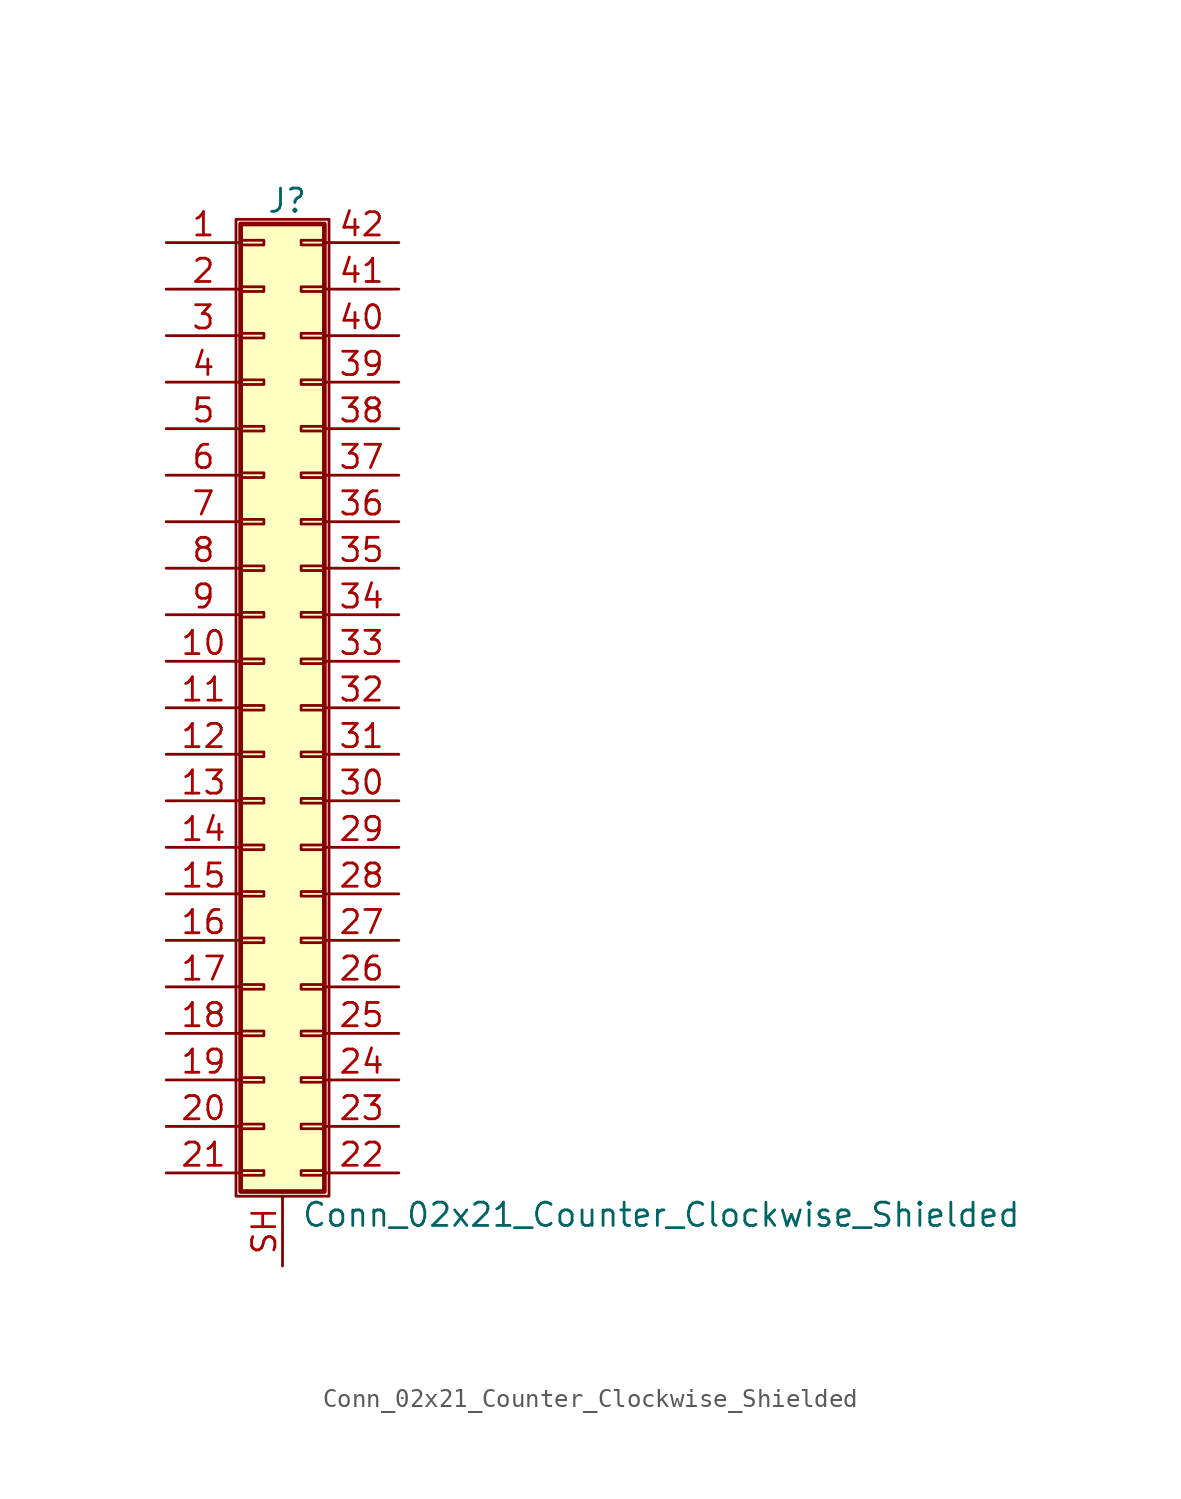
<source format=kicad_sym>
(kicad_symbol_lib
  (version 20211014)
  (generator kicad_symbol_editor)
  (symbol "Conn_02x21_Counter_Clockwise_Shielded"
    (pin_names
      (offset 1.016) hide)
    (property "Reference" "J"
      (at 1.524 27.686 0)
      (effects (font (size 1.27 1.27))))
    (property "Value" "Conn_02x21_Counter_Clockwise_Shielded"
      (at 2.286 -27.686 0)
      (effects (font (size 1.27 1.27)) (justify left)))
    (symbol "Conn_02x21_Counter_Clockwise_Shielded_1_1"
      (rectangle (start -1.27 26.67) (end 3.81 -26.67) (stroke (width 0.152) (type default) (color 0 0 0 0)) (fill (type none)))
      (rectangle (start -1.016 -25.273) (end 0.254 -25.527) (stroke (width 0.152) (type default) (color 0 0 0 0)) (fill (type none)))
      (rectangle (start -1.016 -22.733) (end 0.254 -22.987) (stroke (width 0.152) (type default) (color 0 0 0 0)) (fill (type none)))
      (rectangle (start -1.016 -20.193) (end 0.254 -20.447) (stroke (width 0.152) (type default) (color 0 0 0 0)) (fill (type none)))
      (rectangle (start -1.016 -17.653) (end 0.254 -17.907) (stroke (width 0.152) (type default) (color 0 0 0 0)) (fill (type none)))
      (rectangle (start -1.016 -15.113) (end 0.254 -15.367) (stroke (width 0.152) (type default) (color 0 0 0 0)) (fill (type none)))
      (rectangle (start -1.016 -12.573) (end 0.254 -12.827) (stroke (width 0.152) (type default) (color 0 0 0 0)) (fill (type none)))
      (rectangle (start -1.016 -10.033) (end 0.254 -10.287) (stroke (width 0.152) (type default) (color 0 0 0 0)) (fill (type none)))
      (rectangle (start -1.016 -7.493) (end 0.254 -7.747) (stroke (width 0.152) (type default) (color 0 0 0 0)) (fill (type none)))
      (rectangle (start -1.016 -4.953) (end 0.254 -5.207) (stroke (width 0.152) (type default) (color 0 0 0 0)) (fill (type none)))
      (rectangle (start -1.016 -2.413) (end 0.254 -2.667) (stroke (width 0.152) (type default) (color 0 0 0 0)) (fill (type none)))
      (rectangle (start -1.016 0.127) (end 0.254 -0.127) (stroke (width 0.152) (type default) (color 0 0 0 0)) (fill (type none)))
      (rectangle (start -1.016 2.667) (end 0.254 2.413) (stroke (width 0.152) (type default) (color 0 0 0 0)) (fill (type none)))
      (rectangle (start -1.016 5.207) (end 0.254 4.953) (stroke (width 0.152) (type default) (color 0 0 0 0)) (fill (type none)))
      (rectangle (start -1.016 7.747) (end 0.254 7.493) (stroke (width 0.152) (type default) (color 0 0 0 0)) (fill (type none)))
      (rectangle (start -1.016 10.287) (end 0.254 10.033) (stroke (width 0.152) (type default) (color 0 0 0 0)) (fill (type none)))
      (rectangle (start -1.016 12.827) (end 0.254 12.573) (stroke (width 0.152) (type default) (color 0 0 0 0)) (fill (type none)))
      (rectangle (start -1.016 15.367) (end 0.254 15.113) (stroke (width 0.152) (type default) (color 0 0 0 0)) (fill (type none)))
      (rectangle (start -1.016 17.907) (end 0.254 17.653) (stroke (width 0.152) (type default) (color 0 0 0 0)) (fill (type none)))
      (rectangle (start -1.016 20.447) (end 0.254 20.193) (stroke (width 0.152) (type default) (color 0 0 0 0)) (fill (type none)))
      (rectangle (start -1.016 22.987) (end 0.254 22.733) (stroke (width 0.152) (type default) (color 0 0 0 0)) (fill (type none)))
      (rectangle (start -1.016 25.527) (end 0.254 25.273) (stroke (width 0.152) (type default) (color 0 0 0 0)) (fill (type none)))
      (rectangle (start -1.016 26.416) (end 3.556 -26.416) (stroke (width 0.254) (type default) (color 0 0 0 0)) (fill (type background)))
      (rectangle (start 3.556 -25.273) (end 2.286 -25.527) (stroke (width 0.152) (type default) (color 0 0 0 0)) (fill (type none)))
      (rectangle (start 3.556 -22.733) (end 2.286 -22.987) (stroke (width 0.152) (type default) (color 0 0 0 0)) (fill (type none)))
      (rectangle (start 3.556 -20.193) (end 2.286 -20.447) (stroke (width 0.152) (type default) (color 0 0 0 0)) (fill (type none)))
      (rectangle (start 3.556 -17.653) (end 2.286 -17.907) (stroke (width 0.152) (type default) (color 0 0 0 0)) (fill (type none)))
      (rectangle (start 3.556 -15.113) (end 2.286 -15.367) (stroke (width 0.152) (type default) (color 0 0 0 0)) (fill (type none)))
      (rectangle (start 3.556 -12.573) (end 2.286 -12.827) (stroke (width 0.152) (type default) (color 0 0 0 0)) (fill (type none)))
      (rectangle (start 3.556 -10.033) (end 2.286 -10.287) (stroke (width 0.152) (type default) (color 0 0 0 0)) (fill (type none)))
      (rectangle (start 3.556 -7.493) (end 2.286 -7.747) (stroke (width 0.152) (type default) (color 0 0 0 0)) (fill (type none)))
      (rectangle (start 3.556 -4.953) (end 2.286 -5.207) (stroke (width 0.152) (type default) (color 0 0 0 0)) (fill (type none)))
      (rectangle (start 3.556 -2.413) (end 2.286 -2.667) (stroke (width 0.152) (type default) (color 0 0 0 0)) (fill (type none)))
      (rectangle (start 3.556 0.127) (end 2.286 -0.127) (stroke (width 0.152) (type default) (color 0 0 0 0)) (fill (type none)))
      (rectangle (start 3.556 2.667) (end 2.286 2.413) (stroke (width 0.152) (type default) (color 0 0 0 0)) (fill (type none)))
      (rectangle (start 3.556 5.207) (end 2.286 4.953) (stroke (width 0.152) (type default) (color 0 0 0 0)) (fill (type none)))
      (rectangle (start 3.556 7.747) (end 2.286 7.493) (stroke (width 0.152) (type default) (color 0 0 0 0)) (fill (type none)))
      (rectangle (start 3.556 10.287) (end 2.286 10.033) (stroke (width 0.152) (type default) (color 0 0 0 0)) (fill (type none)))
      (rectangle (start 3.556 12.827) (end 2.286 12.573) (stroke (width 0.152) (type default) (color 0 0 0 0)) (fill (type none)))
      (rectangle (start 3.556 15.367) (end 2.286 15.113) (stroke (width 0.152) (type default) (color 0 0 0 0)) (fill (type none)))
      (rectangle (start 3.556 17.907) (end 2.286 17.653) (stroke (width 0.152) (type default) (color 0 0 0 0)) (fill (type none)))
      (rectangle (start 3.556 20.447) (end 2.286 20.193) (stroke (width 0.152) (type default) (color 0 0 0 0)) (fill (type none)))
      (rectangle (start 3.556 22.987) (end 2.286 22.733) (stroke (width 0.152) (type default) (color 0 0 0 0)) (fill (type none)))
      (rectangle (start 3.556 25.527) (end 2.286 25.273) (stroke (width 0.152) (type default) (color 0 0 0 0)) (fill (type none)))
      (pin passive line (at -5.08 25.4 0) (length 4.064) (name "Pin_1" (effects (font (size 1.27 1.27)))) (number "1" (effects (font (size 1.27 1.27)))))
      (pin passive line (at -5.08 2.54 0) (length 4.064) (name "Pin_10" (effects (font (size 1.27 1.27)))) (number "10" (effects (font (size 1.27 1.27)))))
      (pin passive line (at -5.08 0 0) (length 4.064) (name "Pin_11" (effects (font (size 1.27 1.27)))) (number "11" (effects (font (size 1.27 1.27)))))
      (pin passive line (at -5.08 -2.54 0) (length 4.064) (name "Pin_12" (effects (font (size 1.27 1.27)))) (number "12" (effects (font (size 1.27 1.27)))))
      (pin passive line (at -5.08 -5.08 0) (length 4.064) (name "Pin_13" (effects (font (size 1.27 1.27)))) (number "13" (effects (font (size 1.27 1.27)))))
      (pin passive line (at -5.08 -7.62 0) (length 4.064) (name "Pin_14" (effects (font (size 1.27 1.27)))) (number "14" (effects (font (size 1.27 1.27)))))
      (pin passive line (at -5.08 -10.16 0) (length 4.064) (name "Pin_15" (effects (font (size 1.27 1.27)))) (number "15" (effects (font (size 1.27 1.27)))))
      (pin passive line (at -5.08 -12.7 0) (length 4.064) (name "Pin_16" (effects (font (size 1.27 1.27)))) (number "16" (effects (font (size 1.27 1.27)))))
      (pin passive line (at -5.08 -15.24 0) (length 4.064) (name "Pin_17" (effects (font (size 1.27 1.27)))) (number "17" (effects (font (size 1.27 1.27)))))
      (pin passive line (at -5.08 -17.78 0) (length 4.064) (name "Pin_18" (effects (font (size 1.27 1.27)))) (number "18" (effects (font (size 1.27 1.27)))))
      (pin passive line (at -5.08 -20.32 0) (length 4.064) (name "Pin_19" (effects (font (size 1.27 1.27)))) (number "19" (effects (font (size 1.27 1.27)))))
      (pin passive line (at -5.08 22.86 0) (length 4.064) (name "Pin_2" (effects (font (size 1.27 1.27)))) (number "2" (effects (font (size 1.27 1.27)))))
      (pin passive line (at -5.08 -22.86 0) (length 4.064) (name "Pin_20" (effects (font (size 1.27 1.27)))) (number "20" (effects (font (size 1.27 1.27)))))
      (pin passive line (at -5.08 -25.4 0) (length 4.064) (name "Pin_21" (effects (font (size 1.27 1.27)))) (number "21" (effects (font (size 1.27 1.27)))))
      (pin passive line (at 7.62 -25.4 180) (length 4.064) (name "Pin_22" (effects (font (size 1.27 1.27)))) (number "22" (effects (font (size 1.27 1.27)))))
      (pin passive line (at 7.62 -22.86 180) (length 4.064) (name "Pin_23" (effects (font (size 1.27 1.27)))) (number "23" (effects (font (size 1.27 1.27)))))
      (pin passive line (at 7.62 -20.32 180) (length 4.064) (name "Pin_24" (effects (font (size 1.27 1.27)))) (number "24" (effects (font (size 1.27 1.27)))))
      (pin passive line (at 7.62 -17.78 180) (length 4.064) (name "Pin_25" (effects (font (size 1.27 1.27)))) (number "25" (effects (font (size 1.27 1.27)))))
      (pin passive line (at 7.62 -15.24 180) (length 4.064) (name "Pin_26" (effects (font (size 1.27 1.27)))) (number "26" (effects (font (size 1.27 1.27)))))
      (pin passive line (at 7.62 -12.7 180) (length 4.064) (name "Pin_27" (effects (font (size 1.27 1.27)))) (number "27" (effects (font (size 1.27 1.27)))))
      (pin passive line (at 7.62 -10.16 180) (length 4.064) (name "Pin_28" (effects (font (size 1.27 1.27)))) (number "28" (effects (font (size 1.27 1.27)))))
      (pin passive line (at 7.62 -7.62 180) (length 4.064) (name "Pin_29" (effects (font (size 1.27 1.27)))) (number "29" (effects (font (size 1.27 1.27)))))
      (pin passive line (at -5.08 20.32 0) (length 4.064) (name "Pin_3" (effects (font (size 1.27 1.27)))) (number "3" (effects (font (size 1.27 1.27)))))
      (pin passive line (at 7.62 -5.08 180) (length 4.064) (name "Pin_30" (effects (font (size 1.27 1.27)))) (number "30" (effects (font (size 1.27 1.27)))))
      (pin passive line (at 7.62 -2.54 180) (length 4.064) (name "Pin_31" (effects (font (size 1.27 1.27)))) (number "31" (effects (font (size 1.27 1.27)))))
      (pin passive line (at 7.62 0 180) (length 4.064) (name "Pin_32" (effects (font (size 1.27 1.27)))) (number "32" (effects (font (size 1.27 1.27)))))
      (pin passive line (at 7.62 2.54 180) (length 4.064) (name "Pin_33" (effects (font (size 1.27 1.27)))) (number "33" (effects (font (size 1.27 1.27)))))
      (pin passive line (at 7.62 5.08 180) (length 4.064) (name "Pin_34" (effects (font (size 1.27 1.27)))) (number "34" (effects (font (size 1.27 1.27)))))
      (pin passive line (at 7.62 7.62 180) (length 4.064) (name "Pin_35" (effects (font (size 1.27 1.27)))) (number "35" (effects (font (size 1.27 1.27)))))
      (pin passive line (at 7.62 10.16 180) (length 4.064) (name "Pin_36" (effects (font (size 1.27 1.27)))) (number "36" (effects (font (size 1.27 1.27)))))
      (pin passive line (at 7.62 12.7 180) (length 4.064) (name "Pin_37" (effects (font (size 1.27 1.27)))) (number "37" (effects (font (size 1.27 1.27)))))
      (pin passive line (at 7.62 15.24 180) (length 4.064) (name "Pin_38" (effects (font (size 1.27 1.27)))) (number "38" (effects (font (size 1.27 1.27)))))
      (pin passive line (at 7.62 17.78 180) (length 4.064) (name "Pin_39" (effects (font (size 1.27 1.27)))) (number "39" (effects (font (size 1.27 1.27)))))
      (pin passive line (at -5.08 17.78 0) (length 4.064) (name "Pin_4" (effects (font (size 1.27 1.27)))) (number "4" (effects (font (size 1.27 1.27)))))
      (pin passive line (at 7.62 20.32 180) (length 4.064) (name "Pin_40" (effects (font (size 1.27 1.27)))) (number "40" (effects (font (size 1.27 1.27)))))
      (pin passive line (at 7.62 22.86 180) (length 4.064) (name "Pin_41" (effects (font (size 1.27 1.27)))) (number "41" (effects (font (size 1.27 1.27)))))
      (pin passive line (at 7.62 25.4 180) (length 4.064) (name "Pin_42" (effects (font (size 1.27 1.27)))) (number "42" (effects (font (size 1.27 1.27)))))
      (pin passive line (at -5.08 15.24 0) (length 4.064) (name "Pin_5" (effects (font (size 1.27 1.27)))) (number "5" (effects (font (size 1.27 1.27)))))
      (pin passive line (at -5.08 12.7 0) (length 4.064) (name "Pin_6" (effects (font (size 1.27 1.27)))) (number "6" (effects (font (size 1.27 1.27)))))
      (pin passive line (at -5.08 10.16 0) (length 4.064) (name "Pin_7" (effects (font (size 1.27 1.27)))) (number "7" (effects (font (size 1.27 1.27)))))
      (pin passive line (at -5.08 7.62 0) (length 4.064) (name "Pin_8" (effects (font (size 1.27 1.27)))) (number "8" (effects (font (size 1.27 1.27)))))
      (pin passive line (at -5.08 5.08 0) (length 4.064) (name "Pin_9" (effects (font (size 1.27 1.27)))) (number "9" (effects (font (size 1.27 1.27)))))
      (pin passive line (at 1.27 -30.48 90) (length 3.81) (name "Shield" (effects (font (size 1.27 1.27)))) (number "SH" (effects (font (size 1.27 1.27))))))))
</source>
